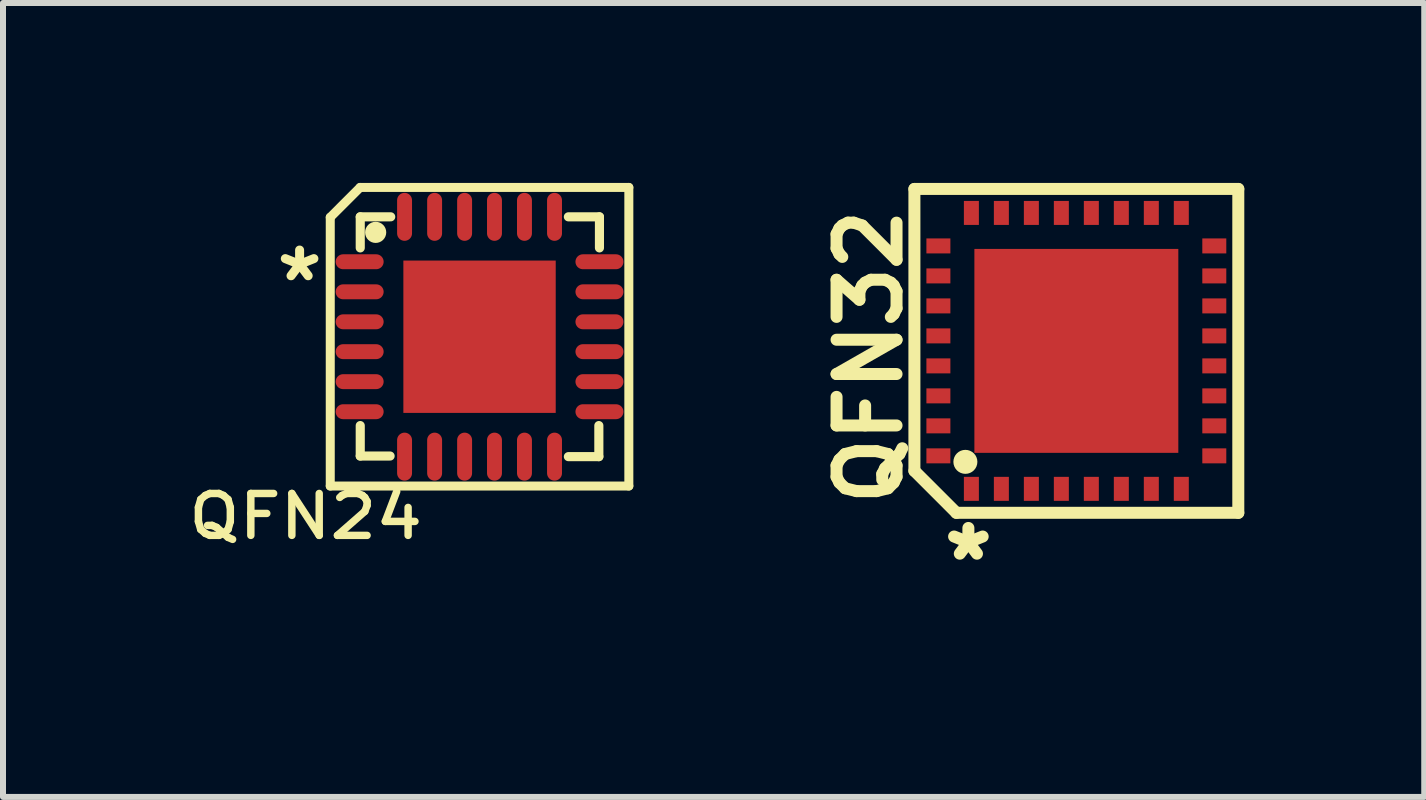
<source format=kicad_pcb>
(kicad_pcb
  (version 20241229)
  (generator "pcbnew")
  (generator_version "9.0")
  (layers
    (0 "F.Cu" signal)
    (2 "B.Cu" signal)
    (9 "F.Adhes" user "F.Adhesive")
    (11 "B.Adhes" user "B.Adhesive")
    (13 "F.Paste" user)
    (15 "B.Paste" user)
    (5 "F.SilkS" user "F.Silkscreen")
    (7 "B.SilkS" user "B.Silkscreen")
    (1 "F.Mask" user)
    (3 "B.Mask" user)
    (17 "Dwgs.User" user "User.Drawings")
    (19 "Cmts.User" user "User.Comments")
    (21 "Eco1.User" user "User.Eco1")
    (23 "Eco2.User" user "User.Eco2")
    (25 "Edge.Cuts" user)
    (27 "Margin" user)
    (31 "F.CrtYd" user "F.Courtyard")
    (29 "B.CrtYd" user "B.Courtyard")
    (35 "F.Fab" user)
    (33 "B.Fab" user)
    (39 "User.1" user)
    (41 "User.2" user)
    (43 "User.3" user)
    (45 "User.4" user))
  (footprint "QFN32"
    (layer "F.Cu")
    (at 14.895 2.8)
    (property "Reference" "QFN32" (at -3.45 0.1 90) (layer "F.SilkS") (effects (font (size 1 1) (thickness 0.2))))
    (attr smd)
    (fp_line (start -2.7 -2.7) (end -2.7 2) (stroke (width 0.2) (type solid)) (layer "F.SilkS"))
    (fp_line (start -2.7 2) (end -2 2.7) (stroke (width 0.2) (type solid)) (layer "F.SilkS"))
    (fp_line (start -2 2.7) (end 2.7 2.7) (stroke (width 0.2) (type solid)) (layer "F.SilkS"))
    (fp_line (start 2.7 -2.7) (end -2.7 -2.7) (stroke (width 0.2) (type solid)) (layer "F.SilkS"))
    (fp_line (start 2.7 2.7) (end 2.7 -2.7) (stroke (width 0.2) (type solid)) (layer "F.SilkS"))
    (fp_circle (center -1.85 1.85) (end -1.75 1.85) (stroke (width 0.2) (type solid)) (fill no) (layer "F.SilkS"))
    (fp_text user "*" (at -1.8 3.5 0) (layer "F.SilkS") (effects (font (size 1 1) (thickness 0.2))))
    (pad "1" smd rect (at -1.75 2.3) (size 0.25 0.4) (layers "F.Cu" "F.Mask" "F.Paste"))
    (pad "2" smd rect (at -1.25 2.3) (size 0.25 0.4) (layers "F.Cu" "F.Mask" "F.Paste"))
    (pad "3" smd rect (at -0.9 -0.9) (size 1 1) (layers "F.Cu" "F.Mask" "F.Paste"))
    (pad "3" smd rect (at -0.9 0.9) (size 1 1) (layers "F.Cu" "F.Mask" "F.Paste"))
    (pad "3" smd rect (at -0.75 2.3) (size 0.25 0.4) (layers "F.Cu" "F.Mask" "F.Paste"))
    (pad "3" smd rect (at 0 0 90) (size 3.4 3.4) (layers "F.Cu" "F.Mask"))
    (pad "3" smd rect (at 0.9 -0.9) (size 1 1) (layers "F.Cu" "F.Mask" "F.Paste"))
    (pad "3" smd rect (at 0.9 0.9) (size 1 1) (layers "F.Cu" "F.Mask" "F.Paste"))
    (pad "4" smd rect (at -0.25 2.3) (size 0.25 0.4) (layers "F.Cu" "F.Mask" "F.Paste"))
    (pad "5" smd rect (at 0.25 2.3) (size 0.25 0.4) (layers "F.Cu" "F.Mask" "F.Paste"))
    (pad "6" smd rect (at 0.75 2.3) (size 0.25 0.4) (layers "F.Cu" "F.Mask" "F.Paste"))
    (pad "7" smd rect (at 1.25 2.3) (size 0.25 0.4) (layers "F.Cu" "F.Mask" "F.Paste"))
    (pad "8" smd rect (at 1.75 2.3) (size 0.25 0.4) (layers "F.Cu" "F.Mask" "F.Paste"))
    (pad "9" smd rect (at 2.3 1.75 90) (size 0.25 0.4) (layers "F.Cu" "F.Mask" "F.Paste"))
    (pad "10" smd rect (at 2.3 1.25 90) (size 0.25 0.4) (layers "F.Cu" "F.Mask" "F.Paste"))
    (pad "11" smd rect (at 2.3 0.75 90) (size 0.25 0.4) (layers "F.Cu" "F.Mask" "F.Paste"))
    (pad "12" smd rect (at 2.3 0.25 90) (size 0.25 0.4) (layers "F.Cu" "F.Mask" "F.Paste"))
    (pad "13" smd rect (at 2.3 -0.25 90) (size 0.25 0.4) (layers "F.Cu" "F.Mask" "F.Paste"))
    (pad "14" smd rect (at 2.3 -0.75 90) (size 0.25 0.4) (layers "F.Cu" "F.Mask" "F.Paste"))
    (pad "15" smd rect (at 2.3 -1.25 90) (size 0.25 0.4) (layers "F.Cu" "F.Mask" "F.Paste"))
    (pad "16" smd rect (at 2.3 -1.75 90) (size 0.25 0.4) (layers "F.Cu" "F.Mask" "F.Paste"))
    (pad "17" smd rect (at 1.75 -2.3) (size 0.25 0.4) (layers "F.Cu" "F.Mask" "F.Paste"))
    (pad "18" smd rect (at 1.25 -2.3) (size 0.25 0.4) (layers "F.Cu" "F.Mask" "F.Paste"))
    (pad "19" smd rect (at 0.75 -2.3) (size 0.25 0.4) (layers "F.Cu" "F.Mask" "F.Paste"))
    (pad "20" smd rect (at 0.25 -2.3) (size 0.25 0.4) (layers "F.Cu" "F.Mask" "F.Paste"))
    (pad "21" smd rect (at -0.25 -2.3) (size 0.25 0.4) (layers "F.Cu" "F.Mask" "F.Paste"))
    (pad "22" smd rect (at -0.75 -2.3) (size 0.25 0.4) (layers "F.Cu" "F.Mask" "F.Paste"))
    (pad "23" smd rect (at -1.25 -2.3) (size 0.25 0.4) (layers "F.Cu" "F.Mask" "F.Paste"))
    (pad "24" smd rect (at -1.75 -2.3) (size 0.25 0.4) (layers "F.Cu" "F.Mask" "F.Paste"))
    (pad "25" smd rect (at -2.3 -1.75 90) (size 0.25 0.4) (layers "F.Cu" "F.Mask" "F.Paste"))
    (pad "26" smd rect (at -2.3 -1.25 90) (size 0.25 0.4) (layers "F.Cu" "F.Mask" "F.Paste"))
    (pad "27" smd rect (at -2.3 -0.75 90) (size 0.25 0.4) (layers "F.Cu" "F.Mask" "F.Paste"))
    (pad "28" smd rect (at -2.3 -0.25 90) (size 0.25 0.4) (layers "F.Cu" "F.Mask" "F.Paste"))
    (pad "29" smd rect (at -2.3 0.25 90) (size 0.25 0.4) (layers "F.Cu" "F.Mask" "F.Paste"))
    (pad "30" smd rect (at -2.3 0.75 90) (size 0.25 0.4) (layers "F.Cu" "F.Mask" "F.Paste"))
    (pad "31" smd rect (at -2.3 1.25 90) (size 0.25 0.4) (layers "F.Cu" "F.Mask" "F.Paste"))
    (pad "32" smd rect (at -2.3 1.75 90) (size 0.25 0.4) (layers "F.Cu" "F.Mask" "F.Paste")))
  (footprint "QFN24"
    (layer "F.Cu")
    (at 4.945 2.564)
    (property "Reference" "QFN24" (at -2.901 2.995 0) (layer "F.SilkS") (effects (font (size 0.699 0.798) (thickness 0.124))))
    (attr smd)
    (fp_line (start -2.489 -1.991) (end -2.489 2.489) (stroke (width 0.15) (type solid)) (layer "F.SilkS"))
    (fp_line (start -2.489 -1.991) (end -1.991 -2.489) (stroke (width 0.15) (type solid)) (layer "F.SilkS"))
    (fp_line (start -1.991 -2.489) (end 2.489 -2.489) (stroke (width 0.15) (type solid)) (layer "F.SilkS"))
    (fp_line (start -1.989 -1.999) (end -1.989 -1.481) (stroke (width 0.152) (type solid)) (layer "F.SilkS"))
    (fp_line (start -1.989 -1.999) (end -1.481 -1.999) (stroke (width 0.152) (type solid)) (layer "F.SilkS"))
    (fp_line (start -1.989 1.481) (end -1.989 1.989) (stroke (width 0.152) (type solid)) (layer "F.SilkS"))
    (fp_line (start -1.989 1.989) (end -1.491 1.989) (stroke (width 0.152) (type solid)) (layer "F.SilkS"))
    (fp_line (start -1.73 -1.75) (end -1.72 -1.73) (stroke (width 0.2) (type solid)) (layer "F.SilkS"))
    (fp_line (start 1.989 1.999) (end 1.481 1.999) (stroke (width 0.152) (type solid)) (layer "F.SilkS"))
    (fp_line (start 1.989 1.999) (end 1.989 1.481) (stroke (width 0.152) (type solid)) (layer "F.SilkS"))
    (fp_line (start 1.999 -1.999) (end 1.481 -1.999) (stroke (width 0.152) (type solid)) (layer "F.SilkS"))
    (fp_line (start 1.999 -1.999) (end 1.999 -1.481) (stroke (width 0.152) (type solid)) (layer "F.SilkS"))
    (fp_line (start 2.489 -2.489) (end 2.489 2.489) (stroke (width 0.15) (type solid)) (layer "F.SilkS"))
    (fp_line (start 2.489 2.489) (end -2.489 2.489) (stroke (width 0.15) (type solid)) (layer "F.SilkS"))
    (fp_circle (center -1.732 -1.74) (end -1.661 -1.669) (stroke (width 0.152) (type solid)) (fill no) (layer "F.SilkS"))
    (fp_text user "*" (at -3 -0.9 0) (layer "F.SilkS") (effects (font (size 1 1) (thickness 0.15))))
    (pad "" connect rect (at -0.599 -0.599 270) (size 1.001 1.001) (layers "F.Mask"))
    (pad "" connect rect (at -0.599 0.599 270) (size 1.001 1.001) (layers "F.Mask"))
    (pad "" connect rect (at 0.599 -0.599 270) (size 1.001 1.001) (layers "F.Mask"))
    (pad "" connect rect (at 0.599 0.599 270) (size 1.001 1.001) (layers "F.Mask"))
    (pad "1" smd oval (at -1.999 -1.25) (size 0.8 0.249) (layers "F.Cu" "F.Mask" "F.Paste"))
    (pad "2" smd oval (at -1.999 -0.749) (size 0.8 0.249) (layers "F.Cu" "F.Mask" "F.Paste"))
    (pad "3" smd oval (at -1.999 -0.249) (size 0.8 0.249) (layers "F.Cu" "F.Mask" "F.Paste"))
    (pad "4" smd oval (at -1.999 0.249) (size 0.8 0.249) (layers "F.Cu" "F.Mask" "F.Paste"))
    (pad "5" smd oval (at -1.999 0.749) (size 0.8 0.249) (layers "F.Cu" "F.Mask" "F.Paste"))
    (pad "6" smd oval (at -1.999 1.25) (size 0.8 0.249) (layers "F.Cu" "F.Mask" "F.Paste"))
    (pad "7" smd oval (at -1.25 1.999 90) (size 0.8 0.249) (layers "F.Cu" "F.Mask" "F.Paste"))
    (pad "8" smd oval (at -0.749 1.999 90) (size 0.8 0.249) (layers "F.Cu" "F.Mask" "F.Paste"))
    (pad "9" smd oval (at -0.249 1.999 90) (size 0.8 0.249) (layers "F.Cu" "F.Mask" "F.Paste"))
    (pad "10" smd oval (at 0.249 1.999 90) (size 0.8 0.249) (layers "F.Cu" "F.Mask" "F.Paste"))
    (pad "11" smd oval (at 0.749 1.999 90) (size 0.8 0.249) (layers "F.Cu" "F.Mask" "F.Paste"))
    (pad "12" smd oval (at 1.25 1.999 90) (size 0.8 0.249) (layers "F.Cu" "F.Mask" "F.Paste"))
    (pad "13" smd oval (at 1.999 1.25 180) (size 0.8 0.249) (layers "F.Cu" "F.Mask" "F.Paste"))
    (pad "14" smd oval (at 1.999 0.749 180) (size 0.8 0.249) (layers "F.Cu" "F.Mask" "F.Paste"))
    (pad "15" smd oval (at 1.999 0.249 180) (size 0.8 0.249) (layers "F.Cu" "F.Mask" "F.Paste"))
    (pad "16" smd oval (at 1.999 -0.249 180) (size 0.8 0.249) (layers "F.Cu" "F.Mask" "F.Paste"))
    (pad "17" smd oval (at 1.999 -0.749 180) (size 0.8 0.249) (layers "F.Cu" "F.Mask" "F.Paste"))
    (pad "18" smd oval (at 1.999 -1.25 180) (size 0.8 0.249) (layers "F.Cu" "F.Mask" "F.Paste"))
    (pad "19" smd oval (at 1.25 -1.999 270) (size 0.8 0.249) (layers "F.Cu" "F.Mask" "F.Paste"))
    (pad "20" smd oval (at 0.749 -1.999 270) (size 0.8 0.249) (layers "F.Cu" "F.Mask" "F.Paste"))
    (pad "21" smd oval (at 0.249 -1.999 270) (size 0.8 0.249) (layers "F.Cu" "F.Mask" "F.Paste"))
    (pad "22" smd oval (at -0.249 -1.999 270) (size 0.8 0.249) (layers "F.Cu" "F.Mask" "F.Paste"))
    (pad "23" smd oval (at -0.749 -1.999 270) (size 0.8 0.249) (layers "F.Cu" "F.Mask" "F.Paste"))
    (pad "24" smd oval (at -1.25 -1.999 270) (size 0.8 0.249) (layers "F.Cu" "F.Mask" "F.Paste"))
    (pad "EPAD" smd rect (at 0 0 270) (size 2.54 2.54) (layers "F.Cu" "F.Paste")))
  (gr_rect
    (start -3 -3)
    (end 20.695 10.236)
    (stroke (width 0.1) (type default))
    (fill no)
    (layer "Edge.Cuts")))
</source>
